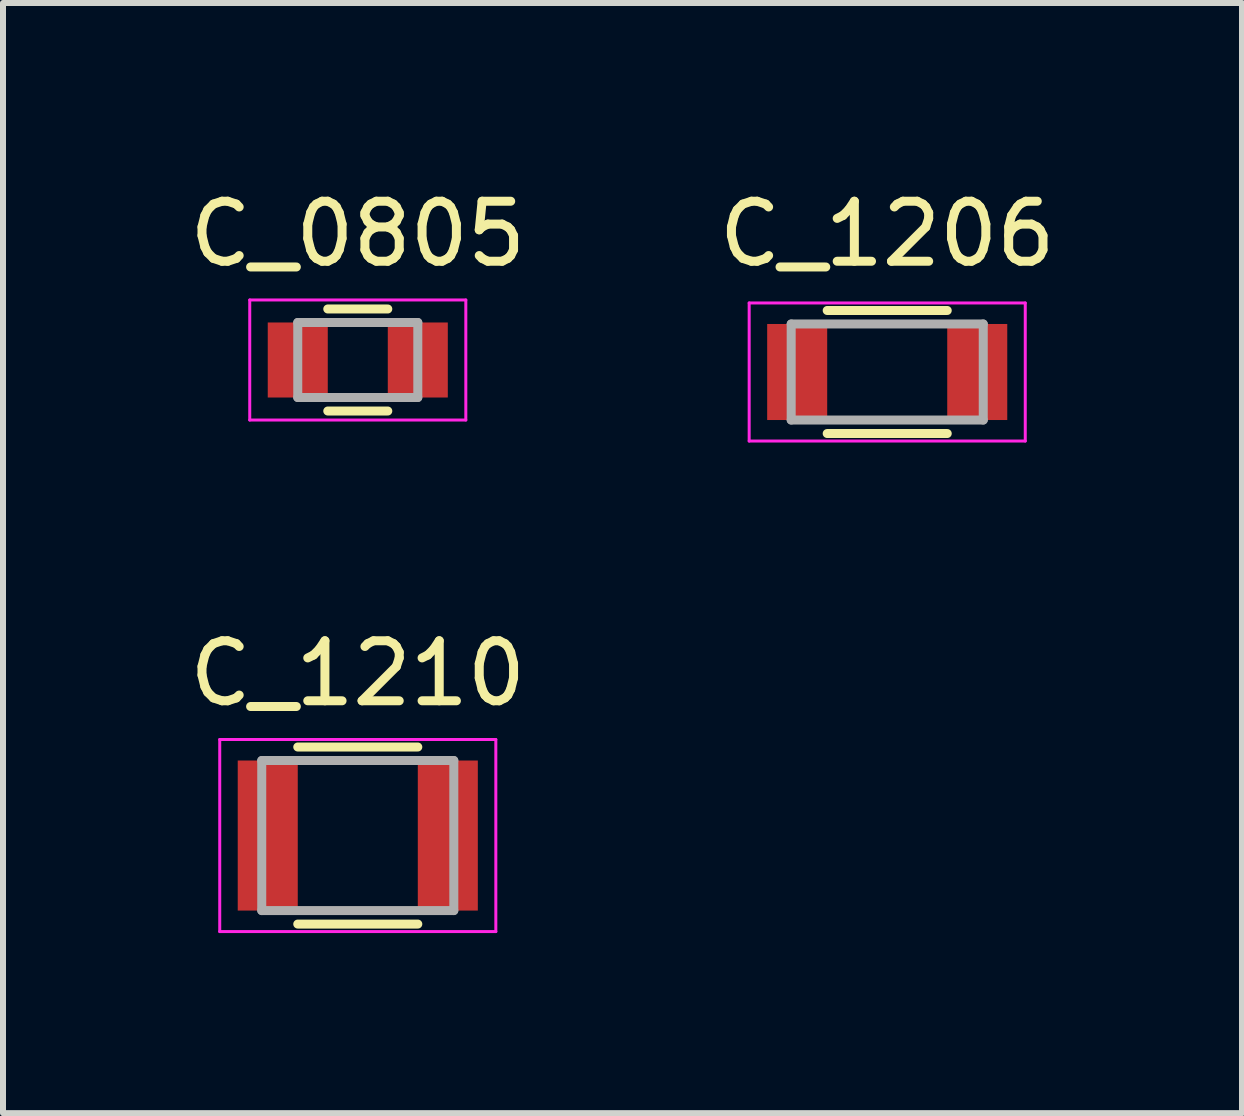
<source format=kicad_pcb>
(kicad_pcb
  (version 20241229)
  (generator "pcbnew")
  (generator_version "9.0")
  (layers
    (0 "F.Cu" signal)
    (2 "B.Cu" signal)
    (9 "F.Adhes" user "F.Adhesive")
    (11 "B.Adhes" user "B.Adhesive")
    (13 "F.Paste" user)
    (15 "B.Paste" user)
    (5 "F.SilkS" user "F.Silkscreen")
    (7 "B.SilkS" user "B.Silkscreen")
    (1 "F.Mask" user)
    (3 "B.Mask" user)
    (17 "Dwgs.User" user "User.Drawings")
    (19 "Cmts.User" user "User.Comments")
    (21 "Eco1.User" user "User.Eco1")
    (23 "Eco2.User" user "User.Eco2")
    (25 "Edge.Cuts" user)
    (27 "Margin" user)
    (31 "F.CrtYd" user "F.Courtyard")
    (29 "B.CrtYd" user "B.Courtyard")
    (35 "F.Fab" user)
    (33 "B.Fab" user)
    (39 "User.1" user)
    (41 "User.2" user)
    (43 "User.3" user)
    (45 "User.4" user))
  (footprint "C_1210"
    (layer "F.Cu")
    (at 2.911 10.871)
    (property "Reference" "C_1210" (at 0 -2.7 0) (layer "F.SilkS") (effects (font (size 1 1) (thickness 0.15))))
    (attr smd)
    (fp_line (start -1 1.475) (end 1 1.475) (stroke (width 0.15) (type solid)) (layer "F.SilkS"))
    (fp_line (start 1 -1.475) (end -1 -1.475) (stroke (width 0.15) (type solid)) (layer "F.SilkS"))
    (fp_line (start -2.3 -1.6) (end -2.3 1.6) (stroke (width 0.05) (type solid)) (layer "F.CrtYd"))
    (fp_line (start -2.3 -1.6) (end 2.3 -1.6) (stroke (width 0.05) (type solid)) (layer "F.CrtYd"))
    (fp_line (start -2.3 1.6) (end 2.3 1.6) (stroke (width 0.05) (type solid)) (layer "F.CrtYd"))
    (fp_line (start 2.3 -1.6) (end 2.3 1.6) (stroke (width 0.05) (type solid)) (layer "F.CrtYd"))
    (fp_line (start -1.6 -1.25) (end 1.6 -1.25) (stroke (width 0.15) (type solid)) (layer "F.Fab"))
    (fp_line (start -1.6 1.25) (end -1.6 -1.25) (stroke (width 0.15) (type solid)) (layer "F.Fab"))
    (fp_line (start 1.6 -1.25) (end 1.6 1.25) (stroke (width 0.15) (type solid)) (layer "F.Fab"))
    (fp_line (start 1.6 1.25) (end -1.6 1.25) (stroke (width 0.15) (type solid)) (layer "F.Fab"))
    (pad "1" smd rect (at -1.5 0) (size 1 2.5) (layers "F.Cu" "F.Mask" "F.Paste"))
    (pad "2" smd rect (at 1.5 0) (size 1 2.5) (layers "F.Cu" "F.Mask" "F.Paste")))
  (footprint "C_0805"
    (layer "F.Cu")
    (at 2.911 2.948)
    (property "Reference" "C_0805" (at 0 -2.1 0) (layer "F.SilkS") (effects (font (size 1 1) (thickness 0.15))))
    (attr smd)
    (fp_line (start -0.5 0.85) (end 0.5 0.85) (stroke (width 0.15) (type solid)) (layer "F.SilkS"))
    (fp_line (start 0.5 -0.85) (end -0.5 -0.85) (stroke (width 0.15) (type solid)) (layer "F.SilkS"))
    (fp_line (start -1.8 -1) (end -1.8 1) (stroke (width 0.05) (type solid)) (layer "F.CrtYd"))
    (fp_line (start -1.8 -1) (end 1.8 -1) (stroke (width 0.05) (type solid)) (layer "F.CrtYd"))
    (fp_line (start -1.8 1) (end 1.8 1) (stroke (width 0.05) (type solid)) (layer "F.CrtYd"))
    (fp_line (start 1.8 -1) (end 1.8 1) (stroke (width 0.05) (type solid)) (layer "F.CrtYd"))
    (fp_line (start -1 -0.625) (end 1 -0.625) (stroke (width 0.15) (type solid)) (layer "F.Fab"))
    (fp_line (start -1 0.625) (end -1 -0.625) (stroke (width 0.15) (type solid)) (layer "F.Fab"))
    (fp_line (start 1 -0.625) (end 1 0.625) (stroke (width 0.15) (type solid)) (layer "F.Fab"))
    (fp_line (start 1 0.625) (end -1 0.625) (stroke (width 0.15) (type solid)) (layer "F.Fab"))
    (pad "1" smd rect (at -1 0) (size 1 1.25) (layers "F.Cu" "F.Mask" "F.Paste"))
    (pad "2" smd rect (at 1 0) (size 1 1.25) (layers "F.Cu" "F.Mask" "F.Paste")))
  (footprint "C_1206"
    (layer "F.Cu")
    (at 11.732 3.148)
    (property "Reference" "C_1206" (at 0 -2.3 0) (layer "F.SilkS") (effects (font (size 1 1) (thickness 0.15))))
    (attr smd)
    (fp_line (start -1 1.025) (end 1 1.025) (stroke (width 0.15) (type solid)) (layer "F.SilkS"))
    (fp_line (start 1 -1.025) (end -1 -1.025) (stroke (width 0.15) (type solid)) (layer "F.SilkS"))
    (fp_line (start -2.3 -1.15) (end -2.3 1.15) (stroke (width 0.05) (type solid)) (layer "F.CrtYd"))
    (fp_line (start -2.3 -1.15) (end 2.3 -1.15) (stroke (width 0.05) (type solid)) (layer "F.CrtYd"))
    (fp_line (start -2.3 1.15) (end 2.3 1.15) (stroke (width 0.05) (type solid)) (layer "F.CrtYd"))
    (fp_line (start 2.3 -1.15) (end 2.3 1.15) (stroke (width 0.05) (type solid)) (layer "F.CrtYd"))
    (fp_line (start -1.6 -0.8) (end 1.6 -0.8) (stroke (width 0.15) (type solid)) (layer "F.Fab"))
    (fp_line (start -1.6 0.8) (end -1.6 -0.8) (stroke (width 0.15) (type solid)) (layer "F.Fab"))
    (fp_line (start 1.6 -0.8) (end 1.6 0.8) (stroke (width 0.15) (type solid)) (layer "F.Fab"))
    (fp_line (start 1.6 0.8) (end -1.6 0.8) (stroke (width 0.15) (type solid)) (layer "F.Fab"))
    (pad "1" smd rect (at -1.5 0) (size 1 1.6) (layers "F.Cu" "F.Mask" "F.Paste"))
    (pad "2" smd rect (at 1.5 0) (size 1 1.6) (layers "F.Cu" "F.Mask" "F.Paste")))
  (gr_rect
    (start -3 -3)
    (end 17.643 15.496)
    (stroke (width 0.1) (type default))
    (fill no)
    (layer "Edge.Cuts")))
</source>
